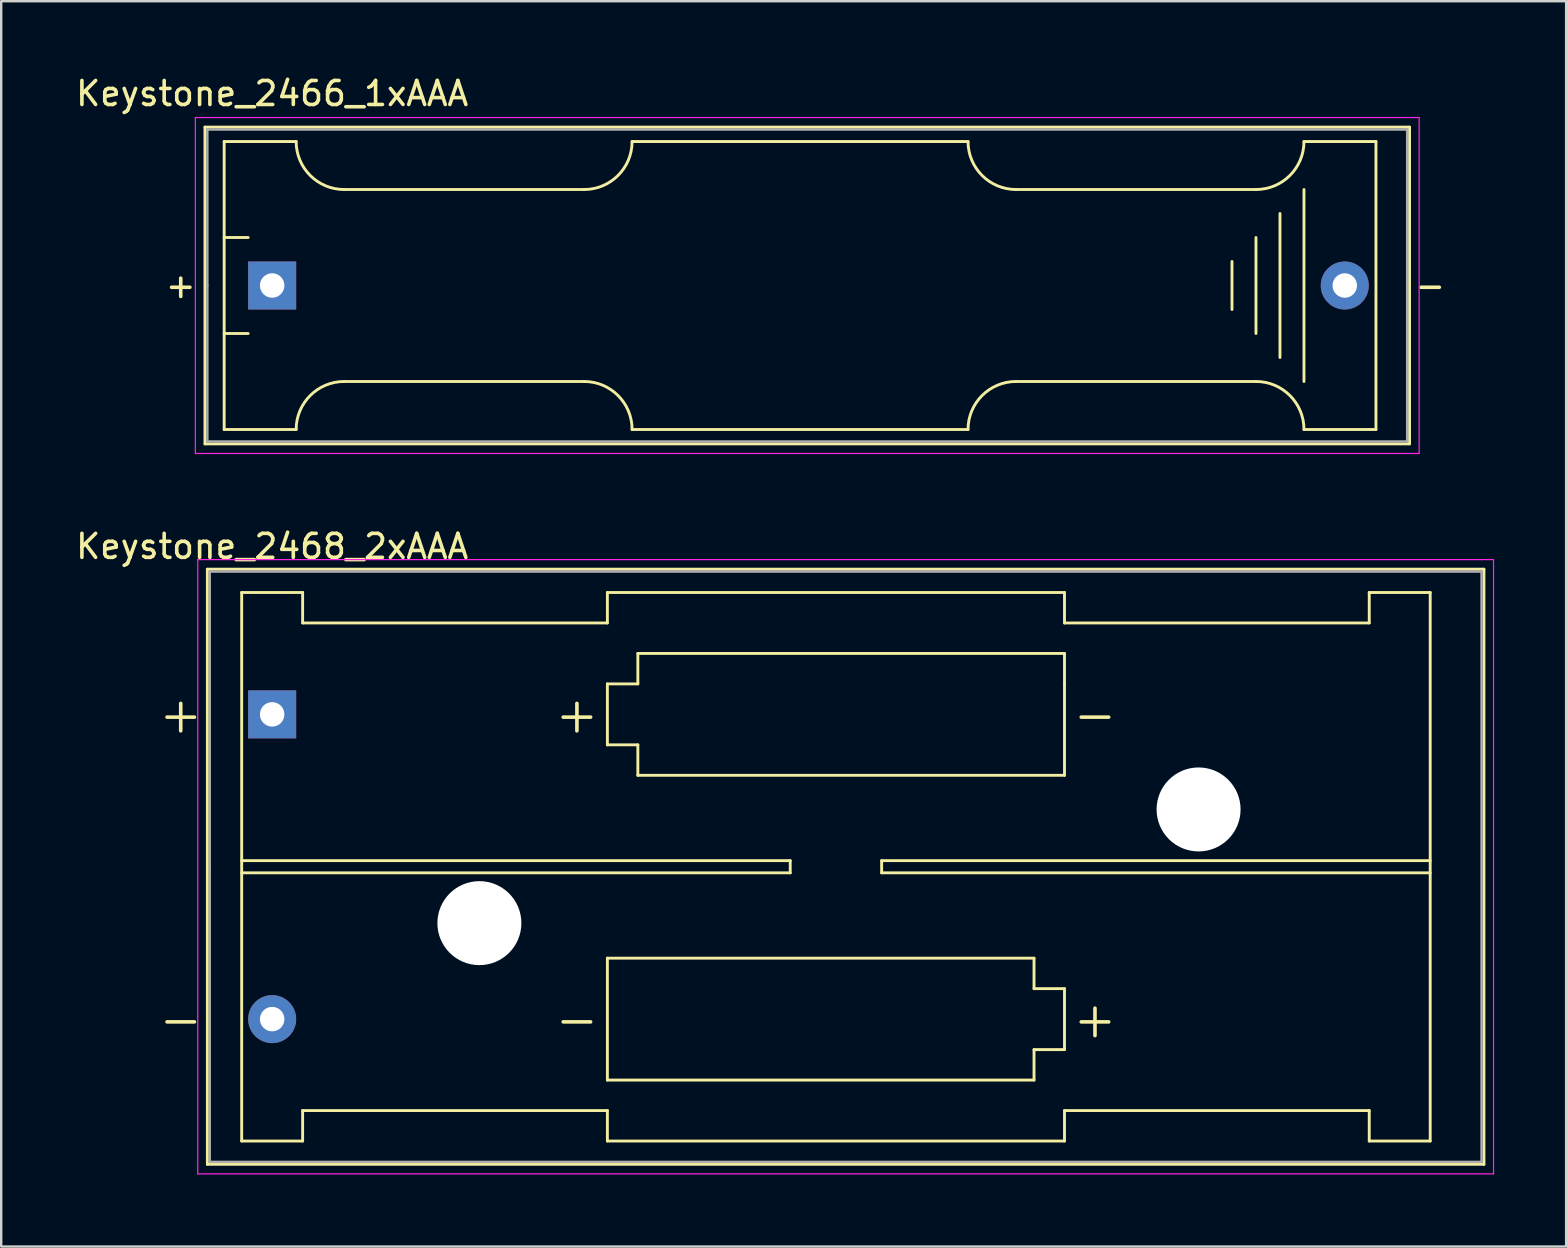
<source format=kicad_pcb>
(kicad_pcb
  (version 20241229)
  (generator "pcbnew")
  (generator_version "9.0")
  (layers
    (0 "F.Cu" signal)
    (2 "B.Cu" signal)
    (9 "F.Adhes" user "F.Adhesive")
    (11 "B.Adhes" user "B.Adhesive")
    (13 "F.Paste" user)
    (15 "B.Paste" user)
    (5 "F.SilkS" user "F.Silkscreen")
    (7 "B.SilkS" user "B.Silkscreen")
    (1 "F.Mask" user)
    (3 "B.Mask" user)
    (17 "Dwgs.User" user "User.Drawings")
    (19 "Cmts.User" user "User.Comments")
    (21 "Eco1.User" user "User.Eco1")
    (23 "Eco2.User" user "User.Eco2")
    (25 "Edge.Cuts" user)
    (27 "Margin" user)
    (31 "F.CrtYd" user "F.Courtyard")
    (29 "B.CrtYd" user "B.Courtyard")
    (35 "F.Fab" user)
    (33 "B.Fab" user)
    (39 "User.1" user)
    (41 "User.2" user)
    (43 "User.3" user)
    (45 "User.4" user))
  (footprint "Keystone_2468_2xAAA"
    (layer "F.Cu")
    (at 8.292 26.721)
    (property "Reference" "Keystone_2468_2xAAA" (at 0 -7 180) (layer "F.SilkS") (effects (font (size 1 1) (thickness 0.15))))
    (attr through_hole)
    (fp_line (start -2.7 -6.05) (end -2.7 18.75) (stroke (width 0.12) (type solid)) (layer "F.SilkS"))
    (fp_line (start -2.7 18.75) (end 50.5 18.75) (stroke (width 0.12) (type solid)) (layer "F.SilkS"))
    (fp_line (start -1.27 -5.08) (end -1.27 17.78) (stroke (width 0.12) (type solid)) (layer "F.SilkS"))
    (fp_line (start -1.27 6.096) (end 21.59 6.096) (stroke (width 0.12) (type solid)) (layer "F.SilkS"))
    (fp_line (start -1.27 17.78) (end 1.27 17.78) (stroke (width 0.12) (type solid)) (layer "F.SilkS"))
    (fp_line (start 1.27 -5.08) (end -1.27 -5.08) (stroke (width 0.12) (type solid)) (layer "F.SilkS"))
    (fp_line (start 1.27 -3.81) (end 1.27 -5.08) (stroke (width 0.12) (type solid)) (layer "F.SilkS"))
    (fp_line (start 1.27 -3.81) (end 13.97 -3.81) (stroke (width 0.12) (type solid)) (layer "F.SilkS"))
    (fp_line (start 1.27 16.51) (end 13.97 16.51) (stroke (width 0.12) (type solid)) (layer "F.SilkS"))
    (fp_line (start 1.27 17.78) (end 1.27 16.51) (stroke (width 0.12) (type solid)) (layer "F.SilkS"))
    (fp_line (start 13.97 -5.08) (end 13.97 -3.81) (stroke (width 0.12) (type solid)) (layer "F.SilkS"))
    (fp_line (start 13.97 -1.27) (end 15.24 -1.27) (stroke (width 0.12) (type solid)) (layer "F.SilkS"))
    (fp_line (start 13.97 1.27) (end 13.97 -1.27) (stroke (width 0.12) (type solid)) (layer "F.SilkS"))
    (fp_line (start 13.97 10.16) (end 31.75 10.16) (stroke (width 0.12) (type solid)) (layer "F.SilkS"))
    (fp_line (start 13.97 15.24) (end 13.97 10.16) (stroke (width 0.12) (type solid)) (layer "F.SilkS"))
    (fp_line (start 13.97 16.51) (end 13.97 17.78) (stroke (width 0.12) (type solid)) (layer "F.SilkS"))
    (fp_line (start 13.97 17.78) (end 33.02 17.78) (stroke (width 0.12) (type solid)) (layer "F.SilkS"))
    (fp_line (start 15.24 -2.54) (end 33.02 -2.54) (stroke (width 0.12) (type solid)) (layer "F.SilkS"))
    (fp_line (start 15.24 -1.27) (end 15.24 -2.54) (stroke (width 0.12) (type solid)) (layer "F.SilkS"))
    (fp_line (start 15.24 1.27) (end 13.97 1.27) (stroke (width 0.12) (type solid)) (layer "F.SilkS"))
    (fp_line (start 15.24 2.54) (end 15.24 1.27) (stroke (width 0.12) (type solid)) (layer "F.SilkS"))
    (fp_line (start 21.59 6.096) (end 21.59 6.604) (stroke (width 0.12) (type solid)) (layer "F.SilkS"))
    (fp_line (start 21.59 6.604) (end -1.27 6.604) (stroke (width 0.12) (type solid)) (layer "F.SilkS"))
    (fp_line (start 25.4 6.096) (end 25.4 6.604) (stroke (width 0.12) (type solid)) (layer "F.SilkS"))
    (fp_line (start 25.4 6.604) (end 48.26 6.604) (stroke (width 0.12) (type solid)) (layer "F.SilkS"))
    (fp_line (start 31.75 10.16) (end 31.75 11.43) (stroke (width 0.12) (type solid)) (layer "F.SilkS"))
    (fp_line (start 31.75 11.43) (end 33.02 11.43) (stroke (width 0.12) (type solid)) (layer "F.SilkS"))
    (fp_line (start 31.75 13.97) (end 31.75 15.24) (stroke (width 0.12) (type solid)) (layer "F.SilkS"))
    (fp_line (start 31.75 15.24) (end 13.97 15.24) (stroke (width 0.12) (type solid)) (layer "F.SilkS"))
    (fp_line (start 33.02 -5.08) (end 13.97 -5.08) (stroke (width 0.12) (type solid)) (layer "F.SilkS"))
    (fp_line (start 33.02 -3.81) (end 33.02 -5.08) (stroke (width 0.12) (type solid)) (layer "F.SilkS"))
    (fp_line (start 33.02 -2.54) (end 33.02 -1.27) (stroke (width 0.12) (type solid)) (layer "F.SilkS"))
    (fp_line (start 33.02 -1.27) (end 33.02 2.54) (stroke (width 0.12) (type solid)) (layer "F.SilkS"))
    (fp_line (start 33.02 2.54) (end 15.24 2.54) (stroke (width 0.12) (type solid)) (layer "F.SilkS"))
    (fp_line (start 33.02 11.43) (end 33.02 13.97) (stroke (width 0.12) (type solid)) (layer "F.SilkS"))
    (fp_line (start 33.02 13.97) (end 31.75 13.97) (stroke (width 0.12) (type solid)) (layer "F.SilkS"))
    (fp_line (start 33.02 17.78) (end 33.02 16.51) (stroke (width 0.12) (type solid)) (layer "F.SilkS"))
    (fp_line (start 45.72 -5.08) (end 45.72 -3.81) (stroke (width 0.12) (type solid)) (layer "F.SilkS"))
    (fp_line (start 45.72 -3.81) (end 33.02 -3.81) (stroke (width 0.12) (type solid)) (layer "F.SilkS"))
    (fp_line (start 45.72 16.51) (end 33.02 16.51) (stroke (width 0.12) (type solid)) (layer "F.SilkS"))
    (fp_line (start 45.72 17.78) (end 45.72 16.51) (stroke (width 0.12) (type solid)) (layer "F.SilkS"))
    (fp_line (start 48.26 -5.08) (end 45.72 -5.08) (stroke (width 0.12) (type solid)) (layer "F.SilkS"))
    (fp_line (start 48.26 -5.08) (end 48.26 17.78) (stroke (width 0.12) (type solid)) (layer "F.SilkS"))
    (fp_line (start 48.26 6.096) (end 25.4 6.096) (stroke (width 0.12) (type solid)) (layer "F.SilkS"))
    (fp_line (start 48.26 17.78) (end 45.72 17.78) (stroke (width 0.12) (type solid)) (layer "F.SilkS"))
    (fp_line (start 50.5 -6.05) (end -2.7 -6.05) (stroke (width 0.12) (type solid)) (layer "F.SilkS"))
    (fp_line (start 50.5 18.75) (end 50.5 -6.05) (stroke (width 0.12) (type solid)) (layer "F.SilkS"))
    (fp_line (start -3.1 -6.45) (end -3.1 19.15) (stroke (width 0.05) (type solid)) (layer "F.CrtYd"))
    (fp_line (start -3.1 19.15) (end 50.9 19.15) (stroke (width 0.05) (type solid)) (layer "F.CrtYd"))
    (fp_line (start 50.9 -6.45) (end -3.1 -6.45) (stroke (width 0.05) (type solid)) (layer "F.CrtYd"))
    (fp_line (start 50.9 19.15) (end 50.9 -6.45) (stroke (width 0.05) (type solid)) (layer "F.CrtYd"))
    (fp_line (start -2.6 -5.95) (end 50.4 -5.95) (stroke (width 0.1) (type solid)) (layer "F.Fab"))
    (fp_line (start -2.6 6.35) (end -2.6 -5.95) (stroke (width 0.1) (type solid)) (layer "F.Fab"))
    (fp_line (start -2.6 18.65) (end -2.6 6.35) (stroke (width 0.1) (type solid)) (layer "F.Fab"))
    (fp_line (start -2.6 18.65) (end 50.4 18.65) (stroke (width 0.1) (type solid)) (layer "F.Fab"))
    (fp_line (start 50.4 18.65) (end 50.4 -5.95) (stroke (width 0.1) (type solid)) (layer "F.Fab"))
    (fp_text user "-" (at 34.29 0 0) (layer "F.SilkS") (effects (font (size 1.5 1.5) (thickness 0.15))))
    (fp_text user "+" (at 12.7 0 0) (layer "F.SilkS") (effects (font (size 1.5 1.5) (thickness 0.15))))
    (fp_text user "+" (at 34.29 12.7 0) (layer "F.SilkS") (effects (font (size 1.5 1.5) (thickness 0.15))))
    (fp_text user "+" (at -3.81 0 0) (layer "F.SilkS") (effects (font (size 1.5 1.5) (thickness 0.15))))
    (fp_text user "-" (at -3.81 12.7 0) (layer "F.SilkS") (effects (font (size 1.5 1.5) (thickness 0.15))))
    (fp_text user "-" (at 12.7 12.7 0) (layer "F.SilkS") (effects (font (size 1.5 1.5) (thickness 0.15))))
    (pad "" np_thru_hole circle (at 8.636 8.7) (size 3.5 3.5) (drill 3.5) (layers "*.Cu" "*.Mask"))
    (pad "" np_thru_hole circle (at 38.608 3.962) (size 3.5 3.5) (drill 3.5) (layers "*.Cu" "*.Mask"))
    (pad "1" thru_hole rect (at 0 0) (size 2 2) (drill 1.02) (layers "*.Cu" "*.Mask"))
    (pad "2" thru_hole circle (at 0 12.7) (size 2 2) (drill 1.02) (layers "*.Cu" "*.Mask")))
  (footprint "Keystone_2466_1xAAA"
    (layer "F.Cu")
    (at 8.292 8.848)
    (property "Reference" "Keystone_2466_1xAAA" (at 0 -8 180) (layer "F.SilkS") (effects (font (size 1 1) (thickness 0.15))))
    (attr through_hole)
    (fp_line (start -2.8 -6.6) (end -2.8 6.6) (stroke (width 0.12) (type solid)) (layer "F.SilkS"))
    (fp_line (start -2.8 6.6) (end 47.4 6.6) (stroke (width 0.12) (type solid)) (layer "F.SilkS"))
    (fp_line (start -2 -6) (end -2 6) (stroke (width 0.12) (type solid)) (layer "F.SilkS"))
    (fp_line (start -2 -6) (end 1 -6) (stroke (width 0.12) (type solid)) (layer "F.SilkS"))
    (fp_line (start -2 -2) (end -1 -2) (stroke (width 0.12) (type solid)) (layer "F.SilkS"))
    (fp_line (start -2 6) (end 1 6) (stroke (width 0.12) (type solid)) (layer "F.SilkS"))
    (fp_line (start -1 2) (end -2 2) (stroke (width 0.12) (type solid)) (layer "F.SilkS"))
    (fp_line (start 3 -4) (end 13 -4) (stroke (width 0.12) (type solid)) (layer "F.SilkS"))
    (fp_line (start 3 4) (end 13 4) (stroke (width 0.12) (type solid)) (layer "F.SilkS"))
    (fp_line (start 15 6) (end 29 6) (stroke (width 0.12) (type solid)) (layer "F.SilkS"))
    (fp_line (start 29 -6) (end 15 -6) (stroke (width 0.12) (type solid)) (layer "F.SilkS"))
    (fp_line (start 40 -1) (end 40 1) (stroke (width 0.12) (type solid)) (layer "F.SilkS"))
    (fp_line (start 41 -4) (end 31 -4) (stroke (width 0.12) (type solid)) (layer "F.SilkS"))
    (fp_line (start 41 -2) (end 41 2) (stroke (width 0.12) (type solid)) (layer "F.SilkS"))
    (fp_line (start 41 4) (end 31 4) (stroke (width 0.12) (type solid)) (layer "F.SilkS"))
    (fp_line (start 42 3) (end 42 -3) (stroke (width 0.12) (type solid)) (layer "F.SilkS"))
    (fp_line (start 43 -4) (end 43 4) (stroke (width 0.12) (type solid)) (layer "F.SilkS"))
    (fp_line (start 46 -6) (end 43 -6) (stroke (width 0.12) (type solid)) (layer "F.SilkS"))
    (fp_line (start 46 -6) (end 46 6) (stroke (width 0.12) (type solid)) (layer "F.SilkS"))
    (fp_line (start 46 6) (end 43 6) (stroke (width 0.12) (type solid)) (layer "F.SilkS"))
    (fp_line (start 47.4 -6.6) (end -2.8 -6.6) (stroke (width 0.12) (type solid)) (layer "F.SilkS"))
    (fp_line (start 47.4 6.6) (end 47.4 -6.6) (stroke (width 0.12) (type solid)) (layer "F.SilkS"))
    (fp_arc (start 1 6) (mid 1.585786 4.585786) (end 3 4) (stroke (width 0.12) (type solid)) (layer "F.SilkS"))
    (fp_arc (start 3 -4) (mid 1.585786 -4.585786) (end 1 -6) (stroke (width 0.12) (type solid)) (layer "F.SilkS"))
    (fp_arc (start 13 4) (mid 14.414214 4.585786) (end 15 6) (stroke (width 0.12) (type solid)) (layer "F.SilkS"))
    (fp_arc (start 15 -6) (mid 14.414214 -4.585786) (end 13 -4) (stroke (width 0.12) (type solid)) (layer "F.SilkS"))
    (fp_arc (start 29 6) (mid 29.585786 4.585786) (end 31 4) (stroke (width 0.12) (type solid)) (layer "F.SilkS"))
    (fp_arc (start 31 -4) (mid 29.585786 -4.585786) (end 29 -6) (stroke (width 0.12) (type solid)) (layer "F.SilkS"))
    (fp_arc (start 41 4) (mid 42.414214 4.585786) (end 43 6) (stroke (width 0.12) (type solid)) (layer "F.SilkS"))
    (fp_arc (start 43 -6) (mid 42.414214 -4.585786) (end 41 -4) (stroke (width 0.12) (type solid)) (layer "F.SilkS"))
    (fp_line (start -3.2 -7) (end -3.2 7) (stroke (width 0.05) (type solid)) (layer "F.CrtYd"))
    (fp_line (start -3.2 7) (end 47.8 7) (stroke (width 0.05) (type solid)) (layer "F.CrtYd"))
    (fp_line (start 47.8 -7) (end -3.2 -7) (stroke (width 0.05) (type solid)) (layer "F.CrtYd"))
    (fp_line (start 47.8 7) (end 47.8 -7) (stroke (width 0.05) (type solid)) (layer "F.CrtYd"))
    (fp_line (start -2.7 -6.5) (end 47.3 -6.5) (stroke (width 0.1) (type solid)) (layer "F.Fab"))
    (fp_line (start -2.7 0) (end -2.7 -6.5) (stroke (width 0.1) (type solid)) (layer "F.Fab"))
    (fp_line (start -2.7 6.5) (end -2.7 0) (stroke (width 0.1) (type solid)) (layer "F.Fab"))
    (fp_line (start 47.3 -6.5) (end 47.3 6.5) (stroke (width 0.1) (type solid)) (layer "F.Fab"))
    (fp_line (start 47.3 6.5) (end -2.7 6.5) (stroke (width 0.1) (type solid)) (layer "F.Fab"))
    (fp_text user "+" (at -3.81 0 0) (layer "F.SilkS") (effects (font (size 1 1) (thickness 0.15))))
    (fp_text user "-" (at 48.26 0 0) (layer "F.SilkS") (effects (font (size 1 1) (thickness 0.15))))
    (pad "1" thru_hole rect (at 0 0) (size 2 2) (drill 1.02) (layers "*.Cu" "*.Mask"))
    (pad "2" thru_hole circle (at 44.7 0) (size 2 2) (drill 1.02) (layers "*.Cu" "*.Mask")))
  (gr_rect
    (start -3 -3)
    (end 62.217 48.897)
    (stroke (width 0.1) (type default))
    (fill no)
    (layer "Edge.Cuts")))
</source>
